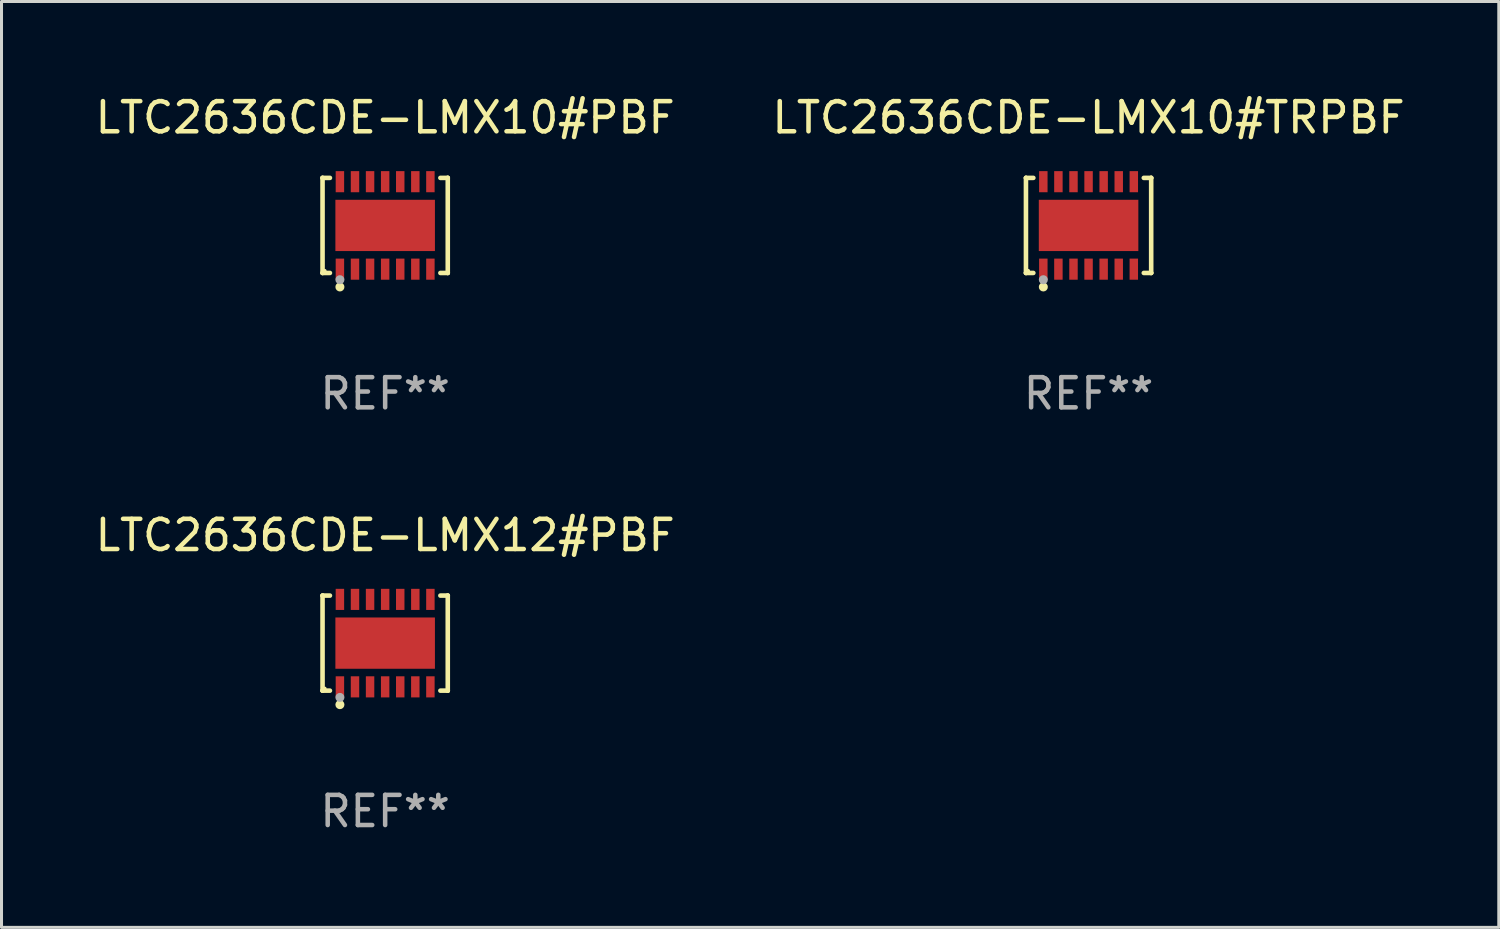
<source format=kicad_pcb>
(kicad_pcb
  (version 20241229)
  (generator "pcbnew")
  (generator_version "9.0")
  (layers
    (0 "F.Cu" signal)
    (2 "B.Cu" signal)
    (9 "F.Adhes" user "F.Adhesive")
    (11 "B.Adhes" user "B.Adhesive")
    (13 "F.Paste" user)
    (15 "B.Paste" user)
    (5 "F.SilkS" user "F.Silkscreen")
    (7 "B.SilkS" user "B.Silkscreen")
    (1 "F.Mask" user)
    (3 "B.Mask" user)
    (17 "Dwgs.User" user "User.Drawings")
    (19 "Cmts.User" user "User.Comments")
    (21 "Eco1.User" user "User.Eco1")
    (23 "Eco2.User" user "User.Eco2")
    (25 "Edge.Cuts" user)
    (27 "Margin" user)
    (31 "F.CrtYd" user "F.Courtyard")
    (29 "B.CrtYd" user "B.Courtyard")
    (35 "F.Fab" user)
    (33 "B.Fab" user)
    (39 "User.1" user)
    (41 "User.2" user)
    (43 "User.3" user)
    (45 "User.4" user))
  (footprint "LTC2636CDE-LMX10#PBF"
    (layer "F.Cu")
    (at 9.72 4.424)
    (property "Reference" "LTC2636CDE-LMX10#PBF" (at 0 -3.576 0) (layer "F.SilkS") (effects (font (size 1 1) (thickness 0.15))))
    (attr through_hole)
    (fp_line (start -2.076 -1.576) (end -2.076 -1.576) (stroke (width 0.152) (type solid)) (layer "F.SilkS"))
    (fp_line (start -2.076 -1.576) (end -1.831 -1.576) (stroke (width 0.152) (type solid)) (layer "F.SilkS"))
    (fp_line (start -2.076 1.576) (end -2.076 -1.576) (stroke (width 0.152) (type solid)) (layer "F.SilkS"))
    (fp_line (start -2.076 1.576) (end -2.076 1.576) (stroke (width 0.152) (type solid)) (layer "F.SilkS"))
    (fp_line (start -1.831 1.576) (end -2.076 1.576) (stroke (width 0.152) (type solid)) (layer "F.SilkS"))
    (fp_line (start 1.831 1.576) (end 2.076 1.576) (stroke (width 0.152) (type solid)) (layer "F.SilkS"))
    (fp_line (start 2.076 -1.576) (end 1.831 -1.576) (stroke (width 0.152) (type solid)) (layer "F.SilkS"))
    (fp_line (start 2.076 -1.576) (end 2.076 -1.576) (stroke (width 0.152) (type solid)) (layer "F.SilkS"))
    (fp_line (start 2.076 1.576) (end 2.076 -1.576) (stroke (width 0.152) (type solid)) (layer "F.SilkS"))
    (fp_line (start 2.076 1.576) (end 2.076 1.576) (stroke (width 0.152) (type solid)) (layer "F.SilkS"))
    (fp_circle (center -2 1.5) (end -1.97 1.5) (stroke (width 0.06) (type solid)) (fill no) (layer "F.SilkS"))
    (fp_circle (center -1.5 2.04) (end -1.425 2.04) (stroke (width 0.15) (type solid)) (fill no) (layer "F.SilkS"))
    (fp_circle (center -1.5 1.8) (end -1.425 1.8) (stroke (width 0.15) (type solid)) (fill no) (layer "F.Fab"))
    (fp_text user "REF**" (at 0 5.576 0) (layer "F.Fab") (effects (font (size 1 1) (thickness 0.15))))
    (pad "1" smd rect (at -1.5 1.45) (size 0.28 0.7) (layers "F.Cu" "F.Mask" "F.Paste"))
    (pad "2" smd rect (at -1 1.45) (size 0.28 0.7) (layers "F.Cu" "F.Mask" "F.Paste"))
    (pad "3" smd rect (at -0.5 1.45) (size 0.28 0.7) (layers "F.Cu" "F.Mask" "F.Paste"))
    (pad "4" smd rect (at 0 1.45) (size 0.28 0.7) (layers "F.Cu" "F.Mask" "F.Paste"))
    (pad "5" smd rect (at 0.5 1.45) (size 0.28 0.7) (layers "F.Cu" "F.Mask" "F.Paste"))
    (pad "6" smd rect (at 1 1.45) (size 0.28 0.7) (layers "F.Cu" "F.Mask" "F.Paste"))
    (pad "7" smd rect (at 1.5 1.45) (size 0.28 0.7) (layers "F.Cu" "F.Mask" "F.Paste"))
    (pad "8" smd rect (at 1.5 -1.45) (size 0.28 0.7) (layers "F.Cu" "F.Mask" "F.Paste"))
    (pad "9" smd rect (at 1 -1.45) (size 0.28 0.7) (layers "F.Cu" "F.Mask" "F.Paste"))
    (pad "10" smd rect (at 0.5 -1.45) (size 0.28 0.7) (layers "F.Cu" "F.Mask" "F.Paste"))
    (pad "11" smd rect (at 0 -1.45) (size 0.28 0.7) (layers "F.Cu" "F.Mask" "F.Paste"))
    (pad "12" smd rect (at -0.5 -1.45) (size 0.28 0.7) (layers "F.Cu" "F.Mask" "F.Paste"))
    (pad "13" smd rect (at -1 -1.45) (size 0.28 0.7) (layers "F.Cu" "F.Mask" "F.Paste"))
    (pad "14" smd rect (at -1.5 -1.45) (size 0.28 0.7) (layers "F.Cu" "F.Mask" "F.Paste"))
    (pad "15" smd rect (at 0 0) (size 3.3 1.7) (layers "F.Cu" "F.Mask" "F.Paste")))
  (footprint "LTC2636CDE-LMX12#PBF"
    (layer "F.Cu")
    (at 9.72 18.273)
    (property "Reference" "LTC2636CDE-LMX12#PBF" (at 0 -3.576 0) (layer "F.SilkS") (effects (font (size 1 1) (thickness 0.15))))
    (attr through_hole)
    (fp_line (start -2.076 -1.576) (end -2.076 -1.576) (stroke (width 0.152) (type solid)) (layer "F.SilkS"))
    (fp_line (start -2.076 -1.576) (end -1.831 -1.576) (stroke (width 0.152) (type solid)) (layer "F.SilkS"))
    (fp_line (start -2.076 1.576) (end -2.076 -1.576) (stroke (width 0.152) (type solid)) (layer "F.SilkS"))
    (fp_line (start -2.076 1.576) (end -2.076 1.576) (stroke (width 0.152) (type solid)) (layer "F.SilkS"))
    (fp_line (start -1.831 1.576) (end -2.076 1.576) (stroke (width 0.152) (type solid)) (layer "F.SilkS"))
    (fp_line (start 1.831 1.576) (end 2.076 1.576) (stroke (width 0.152) (type solid)) (layer "F.SilkS"))
    (fp_line (start 2.076 -1.576) (end 1.831 -1.576) (stroke (width 0.152) (type solid)) (layer "F.SilkS"))
    (fp_line (start 2.076 -1.576) (end 2.076 -1.576) (stroke (width 0.152) (type solid)) (layer "F.SilkS"))
    (fp_line (start 2.076 1.576) (end 2.076 -1.576) (stroke (width 0.152) (type solid)) (layer "F.SilkS"))
    (fp_line (start 2.076 1.576) (end 2.076 1.576) (stroke (width 0.152) (type solid)) (layer "F.SilkS"))
    (fp_circle (center -2 1.5) (end -1.97 1.5) (stroke (width 0.06) (type solid)) (fill no) (layer "F.SilkS"))
    (fp_circle (center -1.5 2.04) (end -1.425 2.04) (stroke (width 0.15) (type solid)) (fill no) (layer "F.SilkS"))
    (fp_circle (center -1.5 1.8) (end -1.425 1.8) (stroke (width 0.15) (type solid)) (fill no) (layer "F.Fab"))
    (fp_text user "REF**" (at 0 5.576 0) (layer "F.Fab") (effects (font (size 1 1) (thickness 0.15))))
    (pad "1" smd rect (at -1.5 1.45) (size 0.28 0.7) (layers "F.Cu" "F.Mask" "F.Paste"))
    (pad "2" smd rect (at -1 1.45) (size 0.28 0.7) (layers "F.Cu" "F.Mask" "F.Paste"))
    (pad "3" smd rect (at -0.5 1.45) (size 0.28 0.7) (layers "F.Cu" "F.Mask" "F.Paste"))
    (pad "4" smd rect (at 0 1.45) (size 0.28 0.7) (layers "F.Cu" "F.Mask" "F.Paste"))
    (pad "5" smd rect (at 0.5 1.45) (size 0.28 0.7) (layers "F.Cu" "F.Mask" "F.Paste"))
    (pad "6" smd rect (at 1 1.45) (size 0.28 0.7) (layers "F.Cu" "F.Mask" "F.Paste"))
    (pad "7" smd rect (at 1.5 1.45) (size 0.28 0.7) (layers "F.Cu" "F.Mask" "F.Paste"))
    (pad "8" smd rect (at 1.5 -1.45) (size 0.28 0.7) (layers "F.Cu" "F.Mask" "F.Paste"))
    (pad "9" smd rect (at 1 -1.45) (size 0.28 0.7) (layers "F.Cu" "F.Mask" "F.Paste"))
    (pad "10" smd rect (at 0.5 -1.45) (size 0.28 0.7) (layers "F.Cu" "F.Mask" "F.Paste"))
    (pad "11" smd rect (at 0 -1.45) (size 0.28 0.7) (layers "F.Cu" "F.Mask" "F.Paste"))
    (pad "12" smd rect (at -0.5 -1.45) (size 0.28 0.7) (layers "F.Cu" "F.Mask" "F.Paste"))
    (pad "13" smd rect (at -1 -1.45) (size 0.28 0.7) (layers "F.Cu" "F.Mask" "F.Paste"))
    (pad "14" smd rect (at -1.5 -1.45) (size 0.28 0.7) (layers "F.Cu" "F.Mask" "F.Paste"))
    (pad "15" smd rect (at 0 0) (size 3.3 1.7) (layers "F.Cu" "F.Mask" "F.Paste")))
  (footprint "LTC2636CDE-LMX10#TRPBF"
    (layer "F.Cu")
    (at 33.042 4.424)
    (property "Reference" "LTC2636CDE-LMX10#TRPBF" (at 0 -3.576 0) (layer "F.SilkS") (effects (font (size 1 1) (thickness 0.15))))
    (attr through_hole)
    (fp_line (start -2.076 -1.576) (end -2.076 -1.576) (stroke (width 0.152) (type solid)) (layer "F.SilkS"))
    (fp_line (start -2.076 -1.576) (end -1.831 -1.576) (stroke (width 0.152) (type solid)) (layer "F.SilkS"))
    (fp_line (start -2.076 1.576) (end -2.076 -1.576) (stroke (width 0.152) (type solid)) (layer "F.SilkS"))
    (fp_line (start -2.076 1.576) (end -2.076 1.576) (stroke (width 0.152) (type solid)) (layer "F.SilkS"))
    (fp_line (start -1.831 1.576) (end -2.076 1.576) (stroke (width 0.152) (type solid)) (layer "F.SilkS"))
    (fp_line (start 1.831 1.576) (end 2.076 1.576) (stroke (width 0.152) (type solid)) (layer "F.SilkS"))
    (fp_line (start 2.076 -1.576) (end 1.831 -1.576) (stroke (width 0.152) (type solid)) (layer "F.SilkS"))
    (fp_line (start 2.076 -1.576) (end 2.076 -1.576) (stroke (width 0.152) (type solid)) (layer "F.SilkS"))
    (fp_line (start 2.076 1.576) (end 2.076 -1.576) (stroke (width 0.152) (type solid)) (layer "F.SilkS"))
    (fp_line (start 2.076 1.576) (end 2.076 1.576) (stroke (width 0.152) (type solid)) (layer "F.SilkS"))
    (fp_circle (center -2 1.5) (end -1.97 1.5) (stroke (width 0.06) (type solid)) (fill no) (layer "F.SilkS"))
    (fp_circle (center -1.5 2.04) (end -1.425 2.04) (stroke (width 0.15) (type solid)) (fill no) (layer "F.SilkS"))
    (fp_circle (center -1.5 1.8) (end -1.425 1.8) (stroke (width 0.15) (type solid)) (fill no) (layer "F.Fab"))
    (fp_text user "REF**" (at 0 5.576 0) (layer "F.Fab") (effects (font (size 1 1) (thickness 0.15))))
    (pad "1" smd rect (at -1.5 1.45) (size 0.28 0.7) (layers "F.Cu" "F.Mask" "F.Paste"))
    (pad "2" smd rect (at -1 1.45) (size 0.28 0.7) (layers "F.Cu" "F.Mask" "F.Paste"))
    (pad "3" smd rect (at -0.5 1.45) (size 0.28 0.7) (layers "F.Cu" "F.Mask" "F.Paste"))
    (pad "4" smd rect (at 0 1.45) (size 0.28 0.7) (layers "F.Cu" "F.Mask" "F.Paste"))
    (pad "5" smd rect (at 0.5 1.45) (size 0.28 0.7) (layers "F.Cu" "F.Mask" "F.Paste"))
    (pad "6" smd rect (at 1 1.45) (size 0.28 0.7) (layers "F.Cu" "F.Mask" "F.Paste"))
    (pad "7" smd rect (at 1.5 1.45) (size 0.28 0.7) (layers "F.Cu" "F.Mask" "F.Paste"))
    (pad "8" smd rect (at 1.5 -1.45) (size 0.28 0.7) (layers "F.Cu" "F.Mask" "F.Paste"))
    (pad "9" smd rect (at 1 -1.45) (size 0.28 0.7) (layers "F.Cu" "F.Mask" "F.Paste"))
    (pad "10" smd rect (at 0.5 -1.45) (size 0.28 0.7) (layers "F.Cu" "F.Mask" "F.Paste"))
    (pad "11" smd rect (at 0 -1.45) (size 0.28 0.7) (layers "F.Cu" "F.Mask" "F.Paste"))
    (pad "12" smd rect (at -0.5 -1.45) (size 0.28 0.7) (layers "F.Cu" "F.Mask" "F.Paste"))
    (pad "13" smd rect (at -1 -1.45) (size 0.28 0.7) (layers "F.Cu" "F.Mask" "F.Paste"))
    (pad "14" smd rect (at -1.5 -1.45) (size 0.28 0.7) (layers "F.Cu" "F.Mask" "F.Paste"))
    (pad "15" smd rect (at 0 0) (size 3.3 1.7) (layers "F.Cu" "F.Mask" "F.Paste")))
  (gr_rect
    (start -3 -3)
    (end 46.643 27.698)
    (stroke (width 0.1) (type default))
    (fill no)
    (layer "Edge.Cuts")))
</source>
